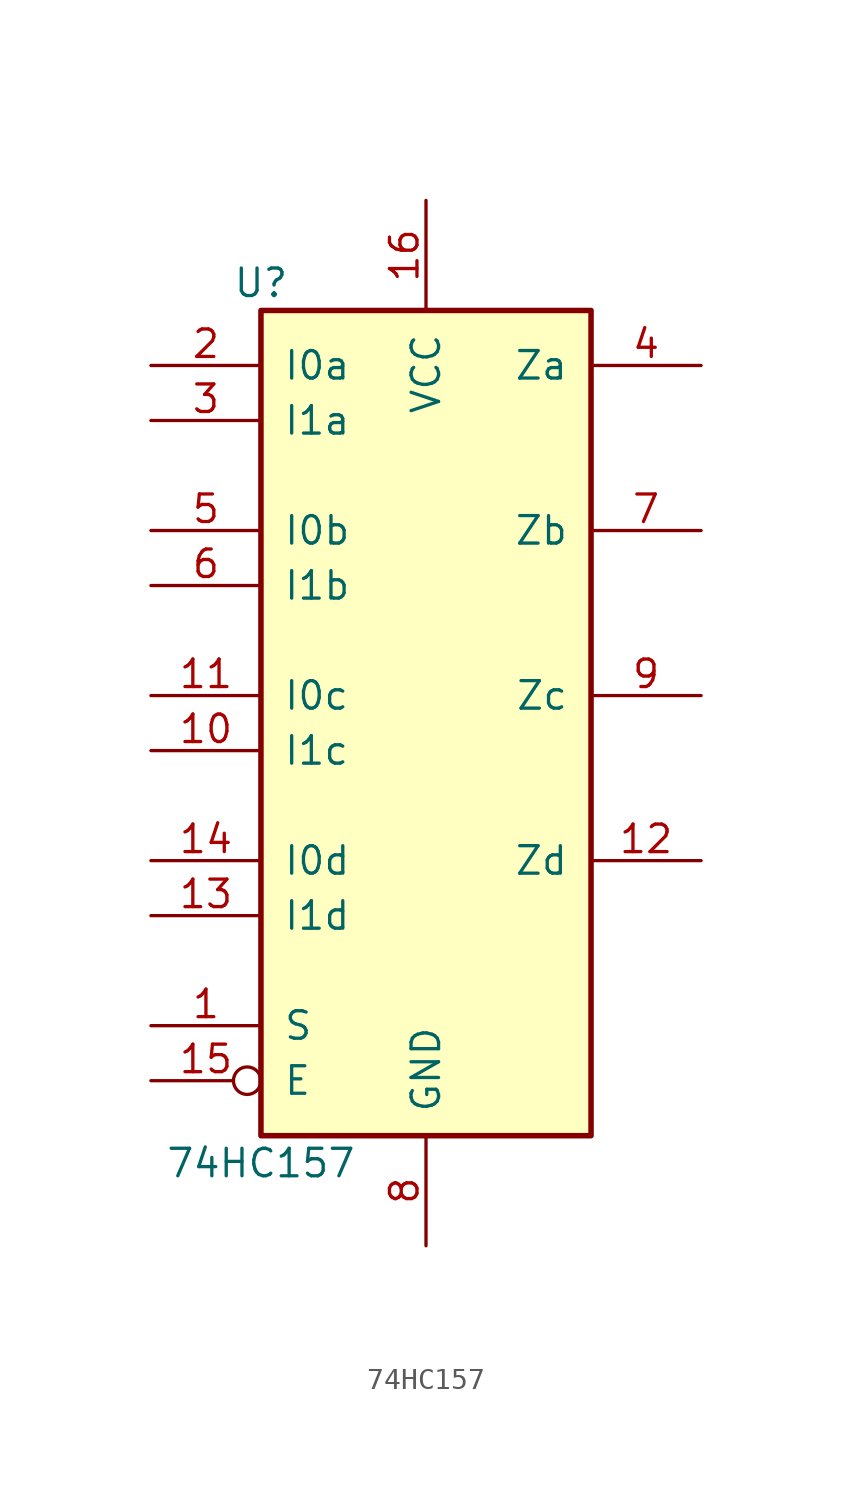
<source format=kicad_sym>
(kicad_symbol_lib
  (version 20220914)
  (generator kicad_symbol_editor)
  (symbol "74HC157"
    (pin_names
      (offset 1.016))
    (property "Reference" "U"
      (at -7.62 19.05 0)
      (effects (font (size 1.27 1.27))))
    (property "Value" "74HC157"
      (at -7.62 -21.59 0)
      (effects (font (size 1.27 1.27))))
    (property "ki_locked" ""
      (at 0 0 0)
      (effects (font (size 1.27 1.27))))
    (symbol "74HC157_1_0"
      (pin input line (at -12.7 -15.24 0) (length 5.08) (name "S" (effects (font (size 1.27 1.27)))) (number "1" (effects (font (size 1.27 1.27)))))
      (pin input line (at -12.7 -2.54 0) (length 5.08) (name "I1c" (effects (font (size 1.27 1.27)))) (number "10" (effects (font (size 1.27 1.27)))))
      (pin input line (at -12.7 0 0) (length 5.08) (name "I0c" (effects (font (size 1.27 1.27)))) (number "11" (effects (font (size 1.27 1.27)))))
      (pin output line (at 12.7 -7.62 180) (length 5.08) (name "Zd" (effects (font (size 1.27 1.27)))) (number "12" (effects (font (size 1.27 1.27)))))
      (pin input line (at -12.7 -10.16 0) (length 5.08) (name "I1d" (effects (font (size 1.27 1.27)))) (number "13" (effects (font (size 1.27 1.27)))))
      (pin input line (at -12.7 -7.62 0) (length 5.08) (name "I0d" (effects (font (size 1.27 1.27)))) (number "14" (effects (font (size 1.27 1.27)))))
      (pin input inverted (at -12.7 -17.78 0) (length 5.08) (name "E" (effects (font (size 1.27 1.27)))) (number "15" (effects (font (size 1.27 1.27)))))
      (pin power_in line (at 0 22.86 270) (length 5.08) (name "VCC" (effects (font (size 1.27 1.27)))) (number "16" (effects (font (size 1.27 1.27)))))
      (pin input line (at -12.7 15.24 0) (length 5.08) (name "I0a" (effects (font (size 1.27 1.27)))) (number "2" (effects (font (size 1.27 1.27)))))
      (pin input line (at -12.7 12.7 0) (length 5.08) (name "I1a" (effects (font (size 1.27 1.27)))) (number "3" (effects (font (size 1.27 1.27)))))
      (pin output line (at 12.7 15.24 180) (length 5.08) (name "Za" (effects (font (size 1.27 1.27)))) (number "4" (effects (font (size 1.27 1.27)))))
      (pin input line (at -12.7 7.62 0) (length 5.08) (name "I0b" (effects (font (size 1.27 1.27)))) (number "5" (effects (font (size 1.27 1.27)))))
      (pin input line (at -12.7 5.08 0) (length 5.08) (name "I1b" (effects (font (size 1.27 1.27)))) (number "6" (effects (font (size 1.27 1.27)))))
      (pin output line (at 12.7 7.62 180) (length 5.08) (name "Zb" (effects (font (size 1.27 1.27)))) (number "7" (effects (font (size 1.27 1.27)))))
      (pin power_in line (at 0 -25.4 90) (length 5.08) (name "GND" (effects (font (size 1.27 1.27)))) (number "8" (effects (font (size 1.27 1.27)))))
      (pin output line (at 12.7 0 180) (length 5.08) (name "Zc" (effects (font (size 1.27 1.27)))) (number "9" (effects (font (size 1.27 1.27))))))
    (symbol "74HC157_1_1"
      (rectangle (start -7.62 17.78) (end 7.62 -20.32) (stroke (width 0.254) (type default)) (fill (type background))))))
</source>
